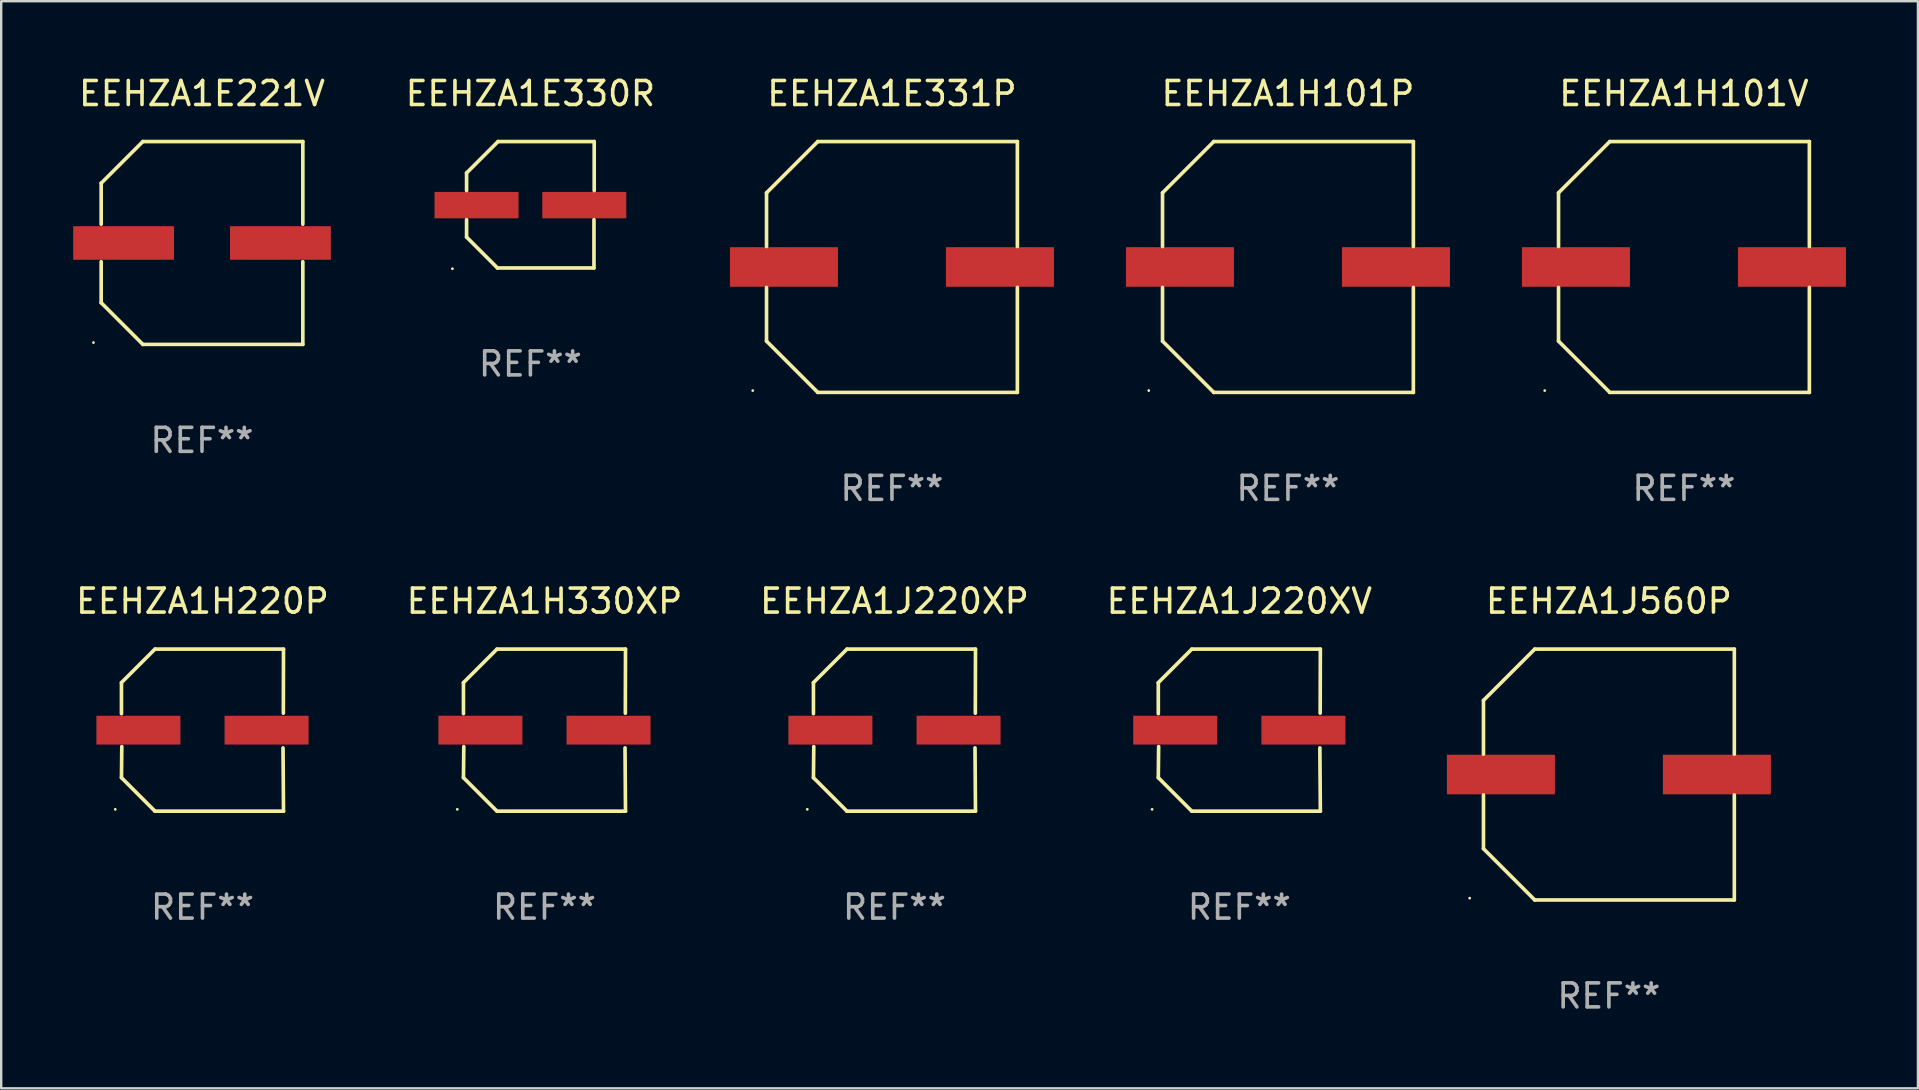
<source format=kicad_pcb>
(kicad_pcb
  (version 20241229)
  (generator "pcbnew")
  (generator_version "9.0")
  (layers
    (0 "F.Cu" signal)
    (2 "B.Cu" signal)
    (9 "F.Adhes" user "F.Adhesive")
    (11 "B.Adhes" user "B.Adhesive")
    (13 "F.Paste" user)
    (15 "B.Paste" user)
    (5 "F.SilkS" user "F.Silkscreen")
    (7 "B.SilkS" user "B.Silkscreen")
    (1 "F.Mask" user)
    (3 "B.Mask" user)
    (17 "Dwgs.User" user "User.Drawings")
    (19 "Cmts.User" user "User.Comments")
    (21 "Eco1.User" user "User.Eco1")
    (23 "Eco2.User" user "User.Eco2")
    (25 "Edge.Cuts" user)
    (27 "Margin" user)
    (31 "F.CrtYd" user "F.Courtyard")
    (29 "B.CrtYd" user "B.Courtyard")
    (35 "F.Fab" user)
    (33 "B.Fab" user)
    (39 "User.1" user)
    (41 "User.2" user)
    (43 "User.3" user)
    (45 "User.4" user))
  (footprint "EEHZA1H330XP"
    (layer "F.Cu")
    (at 19.637 27.373)
    (property "Reference" "EEHZA1H330XP" (at 0 -5.376 0) (layer "F.SilkS") (effects (font (size 1 1) (thickness 0.15))))
    (attr through_hole)
    (fp_line (start -3.376 -1.98) (end -3.376 -0.686) (stroke (width 0.152) (type solid)) (layer "F.SilkS"))
    (fp_line (start -3.376 1.981) (end -3.362 0.686) (stroke (width 0.152) (type solid)) (layer "F.SilkS"))
    (fp_line (start -1.981 3.376) (end -3.376 1.981) (stroke (width 0.152) (type solid)) (layer "F.SilkS"))
    (fp_line (start -1.98 -3.376) (end -3.376 -1.98) (stroke (width 0.152) (type solid)) (layer "F.SilkS"))
    (fp_line (start 3.356 0.74) (end 3.376 3.376) (stroke (width 0.152) (type solid)) (layer "F.SilkS"))
    (fp_line (start 3.369 -0.707) (end 3.376 -3.376) (stroke (width 0.152) (type solid)) (layer "F.SilkS"))
    (fp_line (start 3.376 3.376) (end -1.981 3.376) (stroke (width 0.152) (type solid)) (layer "F.SilkS"))
    (fp_line (start 3.376 -3.376) (end -1.98 -3.376) (stroke (width 0.152) (type solid)) (layer "F.SilkS"))
    (fp_circle (center -3.634 3.3) (end -3.604 3.3) (stroke (width 0.06) (type solid)) (fill no) (layer "F.SilkS"))
    (fp_text user "REF**" (at 0 7.376 0) (layer "F.Fab") (effects (font (size 1 1) (thickness 0.15))))
    (pad "1" smd rect (at -2.67 0.000254) (size 3.5 1.2) (layers "F.Cu" "F.Mask" "F.Paste"))
    (pad "2" smd rect (at 2.67 0.000254) (size 3.5 1.2) (layers "F.Cu" "F.Mask" "F.Paste")))
  (footprint "EEHZA1E331P"
    (layer "F.Cu")
    (at 34.115 8.074)
    (property "Reference" "EEHZA1E331P" (at 0 -7.226 0) (layer "F.SilkS") (effects (font (size 1 1) (thickness 0.15))))
    (attr through_hole)
    (fp_line (start -5.226 -3.09) (end -5.226 -0.852) (stroke (width 0.152) (type solid)) (layer "F.SilkS"))
    (fp_line (start -5.226 3.09) (end -5.226 0.852) (stroke (width 0.152) (type solid)) (layer "F.SilkS"))
    (fp_line (start -3.09 -5.226) (end -5.226 -3.09) (stroke (width 0.152) (type solid)) (layer "F.SilkS"))
    (fp_line (start -3.09 5.226) (end -5.226 3.09) (stroke (width 0.152) (type solid)) (layer "F.SilkS"))
    (fp_line (start 5.226 -5.226) (end -3.09 -5.226) (stroke (width 0.152) (type solid)) (layer "F.SilkS"))
    (fp_line (start 5.226 -0.852) (end 5.226 -5.226) (stroke (width 0.152) (type solid)) (layer "F.SilkS"))
    (fp_line (start 5.226 0.852) (end 5.226 5.226) (stroke (width 0.152) (type solid)) (layer "F.SilkS"))
    (fp_line (start 5.226 5.226) (end -3.09 5.226) (stroke (width 0.152) (type solid)) (layer "F.SilkS"))
    (fp_circle (center -5.8 5.15) (end -5.77 5.15) (stroke (width 0.06) (type solid)) (fill no) (layer "F.SilkS"))
    (fp_text user "REF**" (at 0 9.226 0) (layer "F.Fab") (effects (font (size 1 1) (thickness 0.15))))
    (pad "1" smd rect (at -4.5 0) (size 4.5 1.65) (layers "F.Cu" "F.Mask" "F.Paste"))
    (pad "2" smd rect (at 4.5 0) (size 4.5 1.65) (layers "F.Cu" "F.Mask" "F.Paste")))
  (footprint "EEHZA1E221V"
    (layer "F.Cu")
    (at 5.367 7.074)
    (property "Reference" "EEHZA1E221V" (at 0 -6.226 0) (layer "F.SilkS") (effects (font (size 1 1) (thickness 0.15))))
    (attr through_hole)
    (fp_line (start -4.201 -2.49) (end -4.201 -0.782) (stroke (width 0.152) (type solid)) (layer "F.SilkS"))
    (fp_line (start -4.201 2.49) (end -4.201 0.782) (stroke (width 0.152) (type solid)) (layer "F.SilkS"))
    (fp_line (start -2.465 -4.226) (end -4.201 -2.49) (stroke (width 0.152) (type solid)) (layer "F.SilkS"))
    (fp_line (start -2.465 4.226) (end -4.201 2.49) (stroke (width 0.152) (type solid)) (layer "F.SilkS"))
    (fp_line (start 4.201 -4.226) (end -2.465 -4.226) (stroke (width 0.152) (type solid)) (layer "F.SilkS"))
    (fp_line (start 4.201 -0.782) (end 4.201 -4.226) (stroke (width 0.152) (type solid)) (layer "F.SilkS"))
    (fp_line (start 4.201 0.782) (end 4.201 4.226) (stroke (width 0.152) (type solid)) (layer "F.SilkS"))
    (fp_line (start 4.201 4.226) (end -2.465 4.226) (stroke (width 0.152) (type solid)) (layer "F.SilkS"))
    (fp_circle (center -4.524 4.15) (end -4.494 4.15) (stroke (width 0.06) (type solid)) (fill no) (layer "F.SilkS"))
    (fp_text user "REF**" (at 0 8.226 0) (layer "F.Fab") (effects (font (size 1 1) (thickness 0.15))))
    (pad "1" smd rect (at -3.267 0) (size 4.2 1.4) (layers "F.Cu" "F.Mask" "F.Paste"))
    (pad "2" smd rect (at 3.267 0) (size 4.2 1.4) (layers "F.Cu" "F.Mask" "F.Paste")))
  (footprint "EEHZA1J220XV"
    (layer "F.Cu")
    (at 48.589 27.373)
    (property "Reference" "EEHZA1J220XV" (at 0 -5.376 0) (layer "F.SilkS") (effects (font (size 1 1) (thickness 0.15))))
    (attr through_hole)
    (fp_line (start -3.376 -1.98) (end -3.376 -0.686) (stroke (width 0.152) (type solid)) (layer "F.SilkS"))
    (fp_line (start -3.376 1.981) (end -3.362 0.686) (stroke (width 0.152) (type solid)) (layer "F.SilkS"))
    (fp_line (start -1.981 3.376) (end -3.376 1.981) (stroke (width 0.152) (type solid)) (layer "F.SilkS"))
    (fp_line (start -1.98 -3.376) (end -3.376 -1.98) (stroke (width 0.152) (type solid)) (layer "F.SilkS"))
    (fp_line (start 3.356 0.74) (end 3.376 3.376) (stroke (width 0.152) (type solid)) (layer "F.SilkS"))
    (fp_line (start 3.369 -0.707) (end 3.376 -3.376) (stroke (width 0.152) (type solid)) (layer "F.SilkS"))
    (fp_line (start 3.376 3.376) (end -1.981 3.376) (stroke (width 0.152) (type solid)) (layer "F.SilkS"))
    (fp_line (start 3.376 -3.376) (end -1.98 -3.376) (stroke (width 0.152) (type solid)) (layer "F.SilkS"))
    (fp_circle (center -3.634 3.3) (end -3.604 3.3) (stroke (width 0.06) (type solid)) (fill no) (layer "F.SilkS"))
    (fp_text user "REF**" (at 0 7.376 0) (layer "F.Fab") (effects (font (size 1 1) (thickness 0.15))))
    (pad "1" smd rect (at -2.67 0.000254) (size 3.5 1.2) (layers "F.Cu" "F.Mask" "F.Paste"))
    (pad "2" smd rect (at 2.67 0.000254) (size 3.5 1.2) (layers "F.Cu" "F.Mask" "F.Paste")))
  (footprint "EEHZA1J220XP"
    (layer "F.Cu")
    (at 34.22 27.373)
    (property "Reference" "EEHZA1J220XP" (at 0 -5.376 0) (layer "F.SilkS") (effects (font (size 1 1) (thickness 0.15))))
    (attr through_hole)
    (fp_line (start -3.376 -1.98) (end -3.376 -0.686) (stroke (width 0.152) (type solid)) (layer "F.SilkS"))
    (fp_line (start -3.376 1.981) (end -3.362 0.686) (stroke (width 0.152) (type solid)) (layer "F.SilkS"))
    (fp_line (start -1.981 3.376) (end -3.376 1.981) (stroke (width 0.152) (type solid)) (layer "F.SilkS"))
    (fp_line (start -1.98 -3.376) (end -3.376 -1.98) (stroke (width 0.152) (type solid)) (layer "F.SilkS"))
    (fp_line (start 3.356 0.74) (end 3.376 3.376) (stroke (width 0.152) (type solid)) (layer "F.SilkS"))
    (fp_line (start 3.369 -0.707) (end 3.376 -3.376) (stroke (width 0.152) (type solid)) (layer "F.SilkS"))
    (fp_line (start 3.376 3.376) (end -1.981 3.376) (stroke (width 0.152) (type solid)) (layer "F.SilkS"))
    (fp_line (start 3.376 -3.376) (end -1.98 -3.376) (stroke (width 0.152) (type solid)) (layer "F.SilkS"))
    (fp_circle (center -3.634 3.3) (end -3.604 3.3) (stroke (width 0.06) (type solid)) (fill no) (layer "F.SilkS"))
    (fp_text user "REF**" (at 0 7.376 0) (layer "F.Fab") (effects (font (size 1 1) (thickness 0.15))))
    (pad "1" smd rect (at -2.67 0.000254) (size 3.5 1.2) (layers "F.Cu" "F.Mask" "F.Paste"))
    (pad "2" smd rect (at 2.67 0.000254) (size 3.5 1.2) (layers "F.Cu" "F.Mask" "F.Paste")))
  (footprint "EEHZA1H101V"
    (layer "F.Cu")
    (at 67.115 8.074)
    (property "Reference" "EEHZA1H101V" (at 0 -7.226 0) (layer "F.SilkS") (effects (font (size 1 1) (thickness 0.15))))
    (attr through_hole)
    (fp_line (start -5.226 -3.09) (end -5.226 -0.852) (stroke (width 0.152) (type solid)) (layer "F.SilkS"))
    (fp_line (start -5.226 3.09) (end -5.226 0.852) (stroke (width 0.152) (type solid)) (layer "F.SilkS"))
    (fp_line (start -3.09 -5.226) (end -5.226 -3.09) (stroke (width 0.152) (type solid)) (layer "F.SilkS"))
    (fp_line (start -3.09 5.226) (end -5.226 3.09) (stroke (width 0.152) (type solid)) (layer "F.SilkS"))
    (fp_line (start 5.226 -5.226) (end -3.09 -5.226) (stroke (width 0.152) (type solid)) (layer "F.SilkS"))
    (fp_line (start 5.226 -0.852) (end 5.226 -5.226) (stroke (width 0.152) (type solid)) (layer "F.SilkS"))
    (fp_line (start 5.226 0.852) (end 5.226 5.226) (stroke (width 0.152) (type solid)) (layer "F.SilkS"))
    (fp_line (start 5.226 5.226) (end -3.09 5.226) (stroke (width 0.152) (type solid)) (layer "F.SilkS"))
    (fp_circle (center -5.8 5.15) (end -5.77 5.15) (stroke (width 0.06) (type solid)) (fill no) (layer "F.SilkS"))
    (fp_text user "REF**" (at 0 9.226 0) (layer "F.Fab") (effects (font (size 1 1) (thickness 0.15))))
    (pad "1" smd rect (at -4.5 0) (size 4.5 1.65) (layers "F.Cu" "F.Mask" "F.Paste"))
    (pad "2" smd rect (at 4.5 0) (size 4.5 1.65) (layers "F.Cu" "F.Mask" "F.Paste")))
  (footprint "EEHZA1J560P"
    (layer "F.Cu")
    (at 63.988 29.223)
    (property "Reference" "EEHZA1J560P" (at 0 -7.226 0) (layer "F.SilkS") (effects (font (size 1 1) (thickness 0.15))))
    (attr through_hole)
    (fp_line (start -5.226 -3.09) (end -5.226 -0.852) (stroke (width 0.152) (type solid)) (layer "F.SilkS"))
    (fp_line (start -5.226 3.09) (end -5.226 0.852) (stroke (width 0.152) (type solid)) (layer "F.SilkS"))
    (fp_line (start -3.09 -5.226) (end -5.226 -3.09) (stroke (width 0.152) (type solid)) (layer "F.SilkS"))
    (fp_line (start -3.09 5.226) (end -5.226 3.09) (stroke (width 0.152) (type solid)) (layer "F.SilkS"))
    (fp_line (start 5.226 -5.226) (end -3.09 -5.226) (stroke (width 0.152) (type solid)) (layer "F.SilkS"))
    (fp_line (start 5.226 -0.852) (end 5.226 -5.226) (stroke (width 0.152) (type solid)) (layer "F.SilkS"))
    (fp_line (start 5.226 0.852) (end 5.226 5.226) (stroke (width 0.152) (type solid)) (layer "F.SilkS"))
    (fp_line (start 5.226 5.226) (end -3.09 5.226) (stroke (width 0.152) (type solid)) (layer "F.SilkS"))
    (fp_circle (center -5.8 5.15) (end -5.77 5.15) (stroke (width 0.06) (type solid)) (fill no) (layer "F.SilkS"))
    (fp_text user "REF**" (at 0 9.226 0) (layer "F.Fab") (effects (font (size 1 1) (thickness 0.15))))
    (pad "1" smd rect (at -4.5 0) (size 4.5 1.65) (layers "F.Cu" "F.Mask" "F.Paste"))
    (pad "2" smd rect (at 4.5 0) (size 4.5 1.65) (layers "F.Cu" "F.Mask" "F.Paste")))
  (footprint "EEHZA1H220P"
    (layer "F.Cu")
    (at 5.387 27.373)
    (property "Reference" "EEHZA1H220P" (at 0 -5.376 0) (layer "F.SilkS") (effects (font (size 1 1) (thickness 0.15))))
    (attr through_hole)
    (fp_line (start -3.376 -1.98) (end -3.376 -0.686) (stroke (width 0.152) (type solid)) (layer "F.SilkS"))
    (fp_line (start -3.376 1.981) (end -3.362 0.686) (stroke (width 0.152) (type solid)) (layer "F.SilkS"))
    (fp_line (start -1.981 3.376) (end -3.376 1.981) (stroke (width 0.152) (type solid)) (layer "F.SilkS"))
    (fp_line (start -1.98 -3.376) (end -3.376 -1.98) (stroke (width 0.152) (type solid)) (layer "F.SilkS"))
    (fp_line (start 3.356 0.74) (end 3.376 3.376) (stroke (width 0.152) (type solid)) (layer "F.SilkS"))
    (fp_line (start 3.369 -0.707) (end 3.376 -3.376) (stroke (width 0.152) (type solid)) (layer "F.SilkS"))
    (fp_line (start 3.376 3.376) (end -1.981 3.376) (stroke (width 0.152) (type solid)) (layer "F.SilkS"))
    (fp_line (start 3.376 -3.376) (end -1.98 -3.376) (stroke (width 0.152) (type solid)) (layer "F.SilkS"))
    (fp_circle (center -3.634 3.3) (end -3.604 3.3) (stroke (width 0.06) (type solid)) (fill no) (layer "F.SilkS"))
    (fp_text user "REF**" (at 0 7.376 0) (layer "F.Fab") (effects (font (size 1 1) (thickness 0.15))))
    (pad "1" smd rect (at -2.67 0.000254) (size 3.5 1.2) (layers "F.Cu" "F.Mask" "F.Paste"))
    (pad "2" smd rect (at 2.67 0.000254) (size 3.5 1.2) (layers "F.Cu" "F.Mask" "F.Paste")))
  (footprint "EEHZA1E330R"
    (layer "F.Cu")
    (at 19.05 5.482)
    (property "Reference" "EEHZA1E330R" (at 0 -4.634 0) (layer "F.SilkS") (effects (font (size 1 1) (thickness 0.15))))
    (attr through_hole)
    (fp_line (start -2.659 -1.326) (end -2.659 -0.592) (stroke (width 0.152) (type solid)) (layer "F.SilkS"))
    (fp_line (start -2.659 1.346) (end -2.659 0.622) (stroke (width 0.152) (type solid)) (layer "F.SilkS"))
    (fp_line (start -1.372 2.634) (end -2.659 1.346) (stroke (width 0.152) (type solid)) (layer "F.SilkS"))
    (fp_line (start -1.349 -2.634) (end -2.659 -1.326) (stroke (width 0.152) (type solid)) (layer "F.SilkS"))
    (fp_line (start 2.649 0.622) (end 2.649 2.634) (stroke (width 0.152) (type solid)) (layer "F.SilkS"))
    (fp_line (start 2.649 2.634) (end -1.372 2.634) (stroke (width 0.152) (type solid)) (layer "F.SilkS"))
    (fp_line (start 2.659 -2.634) (end -1.349 -2.634) (stroke (width 0.152) (type solid)) (layer "F.SilkS"))
    (fp_line (start 2.659 -0.592) (end 2.659 -2.634) (stroke (width 0.152) (type solid)) (layer "F.SilkS"))
    (fp_circle (center -3.249 2.665) (end -3.219 2.665) (stroke (width 0.06) (type solid)) (fill no) (layer "F.SilkS"))
    (fp_text user "REF**" (at 0 6.634 0) (layer "F.Fab") (effects (font (size 1 1) (thickness 0.15))))
    (pad "1" smd rect (at -2.245 0.015) (size 3.5 1.1) (layers "F.Cu" "F.Mask" "F.Paste"))
    (pad "2" smd rect (at 2.245 0.015) (size 3.5 1.1) (layers "F.Cu" "F.Mask" "F.Paste")))
  (footprint "EEHZA1H101P"
    (layer "F.Cu")
    (at 50.615 8.074)
    (property "Reference" "EEHZA1H101P" (at 0 -7.226 0) (layer "F.SilkS") (effects (font (size 1 1) (thickness 0.15))))
    (attr through_hole)
    (fp_line (start -5.226 -3.09) (end -5.226 -0.852) (stroke (width 0.152) (type solid)) (layer "F.SilkS"))
    (fp_line (start -5.226 3.09) (end -5.226 0.852) (stroke (width 0.152) (type solid)) (layer "F.SilkS"))
    (fp_line (start -3.09 -5.226) (end -5.226 -3.09) (stroke (width 0.152) (type solid)) (layer "F.SilkS"))
    (fp_line (start -3.09 5.226) (end -5.226 3.09) (stroke (width 0.152) (type solid)) (layer "F.SilkS"))
    (fp_line (start 5.226 -5.226) (end -3.09 -5.226) (stroke (width 0.152) (type solid)) (layer "F.SilkS"))
    (fp_line (start 5.226 -0.852) (end 5.226 -5.226) (stroke (width 0.152) (type solid)) (layer "F.SilkS"))
    (fp_line (start 5.226 0.852) (end 5.226 5.226) (stroke (width 0.152) (type solid)) (layer "F.SilkS"))
    (fp_line (start 5.226 5.226) (end -3.09 5.226) (stroke (width 0.152) (type solid)) (layer "F.SilkS"))
    (fp_circle (center -5.8 5.15) (end -5.77 5.15) (stroke (width 0.06) (type solid)) (fill no) (layer "F.SilkS"))
    (fp_text user "REF**" (at 0 9.226 0) (layer "F.Fab") (effects (font (size 1 1) (thickness 0.15))))
    (pad "1" smd rect (at -4.5 0) (size 4.5 1.65) (layers "F.Cu" "F.Mask" "F.Paste"))
    (pad "2" smd rect (at 4.5 0) (size 4.5 1.65) (layers "F.Cu" "F.Mask" "F.Paste")))
  (gr_rect
    (start -3 -3)
    (end 76.865 42.298)
    (stroke (width 0.1) (type default))
    (fill no)
    (layer "Edge.Cuts")))
</source>
